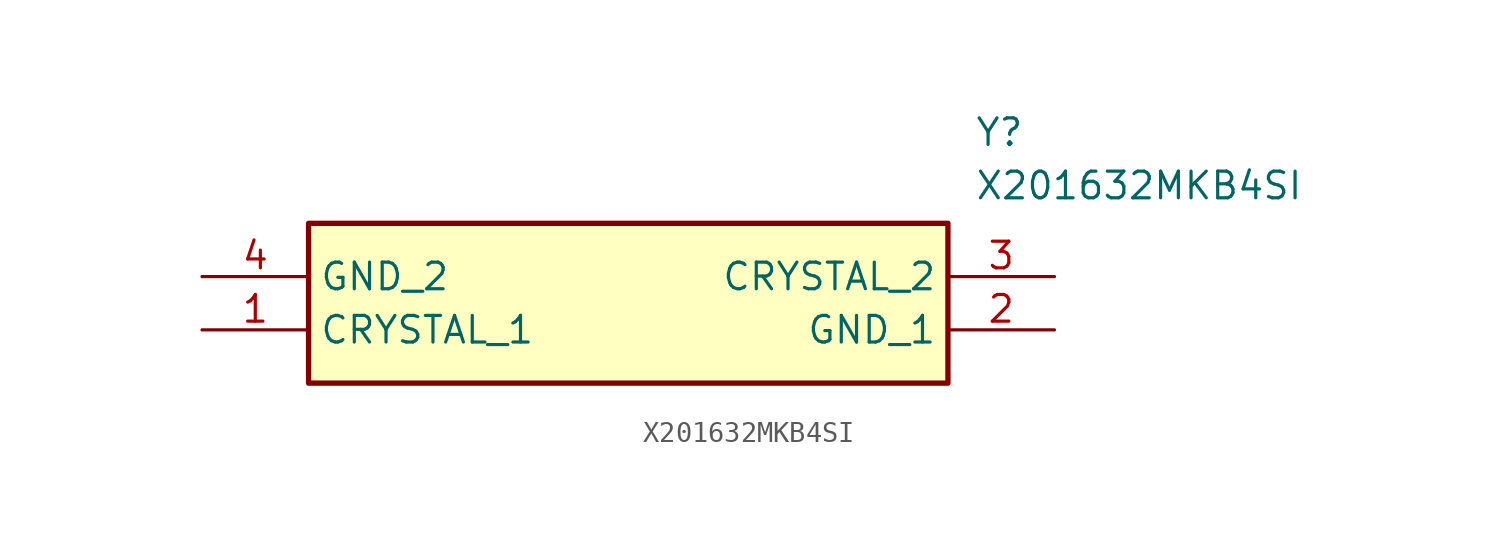
<source format=kicad_sym>
(kicad_symbol_lib
  (version 20211014)
  (generator SamacSys_ECAD_Model)
  (symbol "X201632MKB4SI"
    (property "Reference" "Y"
      (at 36.83 7.62 0)
      (effects (font (size 1.27 1.27)) (justify left top)))
    (property "Value" "X201632MKB4SI"
      (at 36.83 5.08 0)
      (effects (font (size 1.27 1.27)) (justify left top)))
    (rectangle
      (start 5.08 2.54)
      (end 35.56 -5.08)
      (stroke (width 0.254) (type default))
      (fill (type background)))
    (pin passive line
      (at 0 -2.54 0)
      (length 5.08)
      (name "CRYSTAL_1" (effects (font (size 1.27 1.27))))
      (number "1" (effects (font (size 1.27 1.27)))))
    (pin passive line
      (at 40.64 -2.54 180)
      (length 5.08)
      (name "GND_1" (effects (font (size 1.27 1.27))))
      (number "2" (effects (font (size 1.27 1.27)))))
    (pin passive line
      (at 40.64 0 180)
      (length 5.08)
      (name "CRYSTAL_2" (effects (font (size 1.27 1.27))))
      (number "3" (effects (font (size 1.27 1.27)))))
    (pin passive line
      (at 0 0 0)
      (length 5.08)
      (name "GND_2" (effects (font (size 1.27 1.27))))
      (number "4" (effects (font (size 1.27 1.27)))))))
</source>
